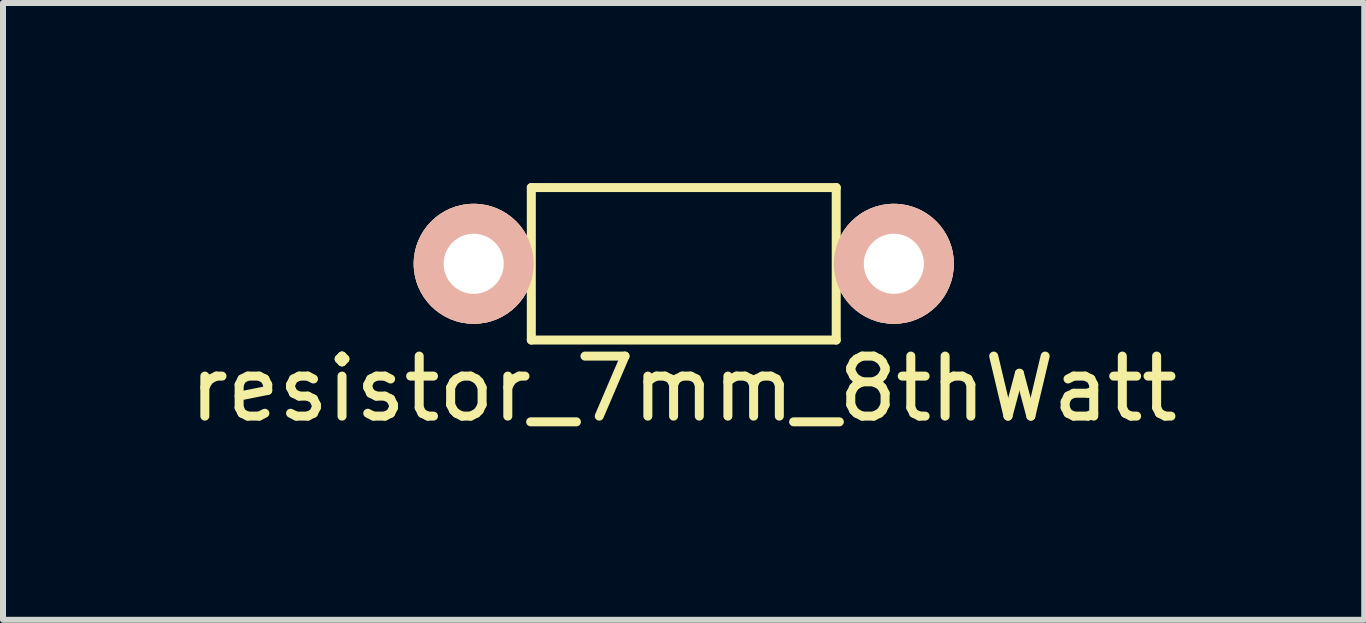
<source format=kicad_pcb>
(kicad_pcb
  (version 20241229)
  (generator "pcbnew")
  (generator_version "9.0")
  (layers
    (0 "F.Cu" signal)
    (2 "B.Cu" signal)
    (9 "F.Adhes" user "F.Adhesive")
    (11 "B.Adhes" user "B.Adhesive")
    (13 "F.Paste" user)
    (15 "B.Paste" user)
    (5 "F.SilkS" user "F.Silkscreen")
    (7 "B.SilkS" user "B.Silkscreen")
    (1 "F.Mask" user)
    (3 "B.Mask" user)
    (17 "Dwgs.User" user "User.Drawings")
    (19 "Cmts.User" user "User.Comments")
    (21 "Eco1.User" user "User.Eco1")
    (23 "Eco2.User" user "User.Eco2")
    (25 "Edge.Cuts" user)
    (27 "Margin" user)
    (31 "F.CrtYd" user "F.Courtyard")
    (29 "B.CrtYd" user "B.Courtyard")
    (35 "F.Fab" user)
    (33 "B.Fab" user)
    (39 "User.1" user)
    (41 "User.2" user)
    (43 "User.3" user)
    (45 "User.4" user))
  (footprint "resistor_7mm_8thWatt"
    (layer "F.Cu")
    (at 8.342 1.345)
    (property "Reference" "resistor_7mm_8thWatt" (at -0.003 2.083 0) (layer "F.SilkS") (effects (font (size 1 1) (thickness 0.15))))
    (attr through_hole)
    (fp_line (start -2.54 -1.27) (end 2.54 -1.27) (stroke (width 0.15) (type solid)) (layer "F.SilkS"))
    (fp_line (start -2.54 1.27) (end -2.54 -1.27) (stroke (width 0.15) (type solid)) (layer "F.SilkS"))
    (fp_line (start 2.54 -1.27) (end 2.54 1.27) (stroke (width 0.15) (type solid)) (layer "F.SilkS"))
    (fp_line (start 2.54 1.27) (end -2.54 1.27) (stroke (width 0.15) (type solid)) (layer "F.SilkS"))
    (pad "1" thru_hole circle (at -3.5 0) (size 1.999 1.999) (drill 1.001) (layers "*.Cu" "*.SilkS" "*.Mask"))
    (pad "2" thru_hole circle (at 3.5 0) (size 1.999 1.999) (drill 1.001) (layers "*.Cu" "*.SilkS" "*.Mask")))
  (gr_rect
    (start -3 -3)
    (end 19.679 7.276)
    (stroke (width 0.1) (type default))
    (fill no)
    (layer "Edge.Cuts")))
</source>
